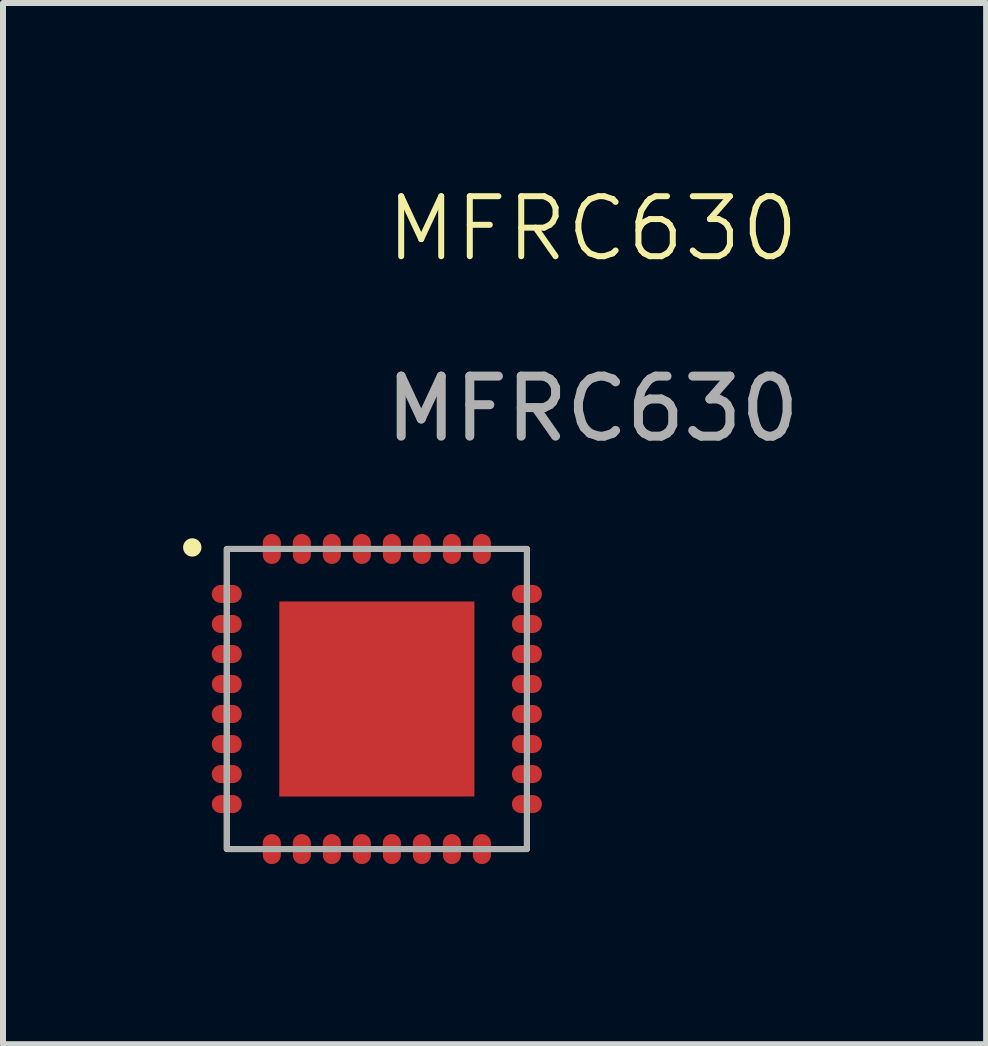
<source format=kicad_pcb>
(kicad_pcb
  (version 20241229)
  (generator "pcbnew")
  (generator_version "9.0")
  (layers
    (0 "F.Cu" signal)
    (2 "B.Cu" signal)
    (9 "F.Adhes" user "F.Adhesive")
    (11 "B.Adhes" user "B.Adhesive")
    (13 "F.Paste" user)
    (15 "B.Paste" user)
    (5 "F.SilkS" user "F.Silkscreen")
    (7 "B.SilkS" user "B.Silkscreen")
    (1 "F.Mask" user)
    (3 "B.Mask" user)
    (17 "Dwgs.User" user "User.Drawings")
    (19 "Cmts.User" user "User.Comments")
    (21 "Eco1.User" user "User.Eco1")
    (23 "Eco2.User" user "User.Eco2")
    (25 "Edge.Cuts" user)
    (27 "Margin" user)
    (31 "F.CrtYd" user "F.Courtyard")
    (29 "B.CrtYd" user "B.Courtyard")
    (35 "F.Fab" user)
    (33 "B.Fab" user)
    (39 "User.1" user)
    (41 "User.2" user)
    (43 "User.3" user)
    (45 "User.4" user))
  (footprint "MFRC630"
    (layer "F.Cu")
    (at 0.728 6.095)
    (property "Reference" "MFRC630" (at 6.096 -5.334 0) (unlocked yes) (layer "F.SilkS") (effects (font (size 1 1) (thickness 0.1))))
    (attr smd)
    (fp_rect (start 0 0) (end 5 5) (stroke (width 0.1) (type default)) (fill no) (layer "F.SilkS"))
    (fp_circle (center -0.575 -0.025) (end -0.472 -0.025) (stroke (width 0.1) (type solid)) (fill yes) (layer "F.SilkS"))
    (fp_rect (start 0 0) (end 5 5) (stroke (width 0.1) (type solid)) (fill no) (layer "F.Fab"))
    (fp_text user "${REFERENCE}" (at 6.096 -2.334 0) (unlocked yes) (layer "F.Fab") (effects (font (size 1 1) (thickness 0.15))))
    (pad "1" smd oval (at 0 0.75 90) (size 0.3 0.5) (layers "F.Cu" "F.Mask" "F.Paste"))
    (pad "2" smd oval (at 0 1.25 90) (size 0.3 0.5) (layers "F.Cu" "F.Mask" "F.Paste"))
    (pad "3" smd oval (at 0 1.75 90) (size 0.3 0.5) (layers "F.Cu" "F.Mask" "F.Paste"))
    (pad "4" smd oval (at 0 2.25 90) (size 0.3 0.5) (layers "F.Cu" "F.Mask" "F.Paste"))
    (pad "5" smd oval (at 0 2.75 90) (size 0.3 0.5) (layers "F.Cu" "F.Mask" "F.Paste"))
    (pad "6" smd oval (at 0 3.25 90) (size 0.3 0.5) (layers "F.Cu" "F.Mask" "F.Paste"))
    (pad "7" smd oval (at 0 3.75 90) (size 0.3 0.5) (layers "F.Cu" "F.Mask" "F.Paste"))
    (pad "8" smd oval (at 0 4.25 90) (size 0.3 0.5) (layers "F.Cu" "F.Mask" "F.Paste"))
    (pad "9" smd oval (at 0.75 5) (size 0.3 0.5) (layers "F.Cu" "F.Mask" "F.Paste"))
    (pad "10" smd oval (at 1.25 5) (size 0.3 0.5) (layers "F.Cu" "F.Mask" "F.Paste"))
    (pad "11" smd oval (at 1.75 5) (size 0.3 0.5) (layers "F.Cu" "F.Mask" "F.Paste"))
    (pad "12" smd oval (at 2.25 5) (size 0.3 0.5) (layers "F.Cu" "F.Mask" "F.Paste"))
    (pad "13" smd oval (at 2.75 5) (size 0.3 0.5) (layers "F.Cu" "F.Mask" "F.Paste"))
    (pad "14" smd oval (at 3.25 5) (size 0.3 0.5) (layers "F.Cu" "F.Mask" "F.Paste"))
    (pad "15" smd oval (at 3.75 5) (size 0.3 0.5) (layers "F.Cu" "F.Mask" "F.Paste"))
    (pad "16" smd oval (at 4.25 5) (size 0.3 0.5) (layers "F.Cu" "F.Mask" "F.Paste"))
    (pad "17" smd oval (at 5 4.25 90) (size 0.3 0.5) (layers "F.Cu" "F.Mask" "F.Paste"))
    (pad "18" smd oval (at 5 3.75 90) (size 0.3 0.5) (layers "F.Cu" "F.Mask" "F.Paste"))
    (pad "19" smd oval (at 5 3.25 90) (size 0.3 0.5) (layers "F.Cu" "F.Mask" "F.Paste"))
    (pad "20" smd oval (at 5 2.75 90) (size 0.3 0.5) (layers "F.Cu" "F.Mask" "F.Paste"))
    (pad "21" smd oval (at 5 2.25 90) (size 0.3 0.5) (layers "F.Cu" "F.Mask" "F.Paste"))
    (pad "22" smd oval (at 5 1.75 90) (size 0.3 0.5) (layers "F.Cu" "F.Mask" "F.Paste"))
    (pad "23" smd oval (at 5 1.25 90) (size 0.3 0.5) (layers "F.Cu" "F.Mask" "F.Paste"))
    (pad "24" smd oval (at 5 0.75 90) (size 0.3 0.5) (layers "F.Cu" "F.Mask" "F.Paste"))
    (pad "25" smd oval (at 4.25 0) (size 0.3 0.5) (layers "F.Cu" "F.Mask" "F.Paste"))
    (pad "26" smd oval (at 3.75 0) (size 0.3 0.5) (layers "F.Cu" "F.Mask" "F.Paste"))
    (pad "27" smd oval (at 3.25 0) (size 0.3 0.5) (layers "F.Cu" "F.Mask" "F.Paste"))
    (pad "28" smd oval (at 2.75 0) (size 0.3 0.5) (layers "F.Cu" "F.Mask" "F.Paste"))
    (pad "29" smd oval (at 2.25 0) (size 0.3 0.5) (layers "F.Cu" "F.Mask" "F.Paste"))
    (pad "30" smd oval (at 1.75 0) (size 0.3 0.5) (layers "F.Cu" "F.Mask" "F.Paste"))
    (pad "31" smd oval (at 1.25 0) (size 0.3 0.5) (layers "F.Cu" "F.Mask" "F.Paste"))
    (pad "32" smd oval (at 0.75 0) (size 0.3 0.5) (layers "F.Cu" "F.Mask" "F.Paste"))
    (pad "33" smd rect (at 2.5 2.5) (size 3.25 3.25) (layers "F.Cu" "F.Mask" "F.Paste")))
  (gr_rect
    (start -3 -3)
    (end 13.378 14.345)
    (stroke (width 0.1) (type default))
    (fill no)
    (layer "Edge.Cuts")))
</source>
